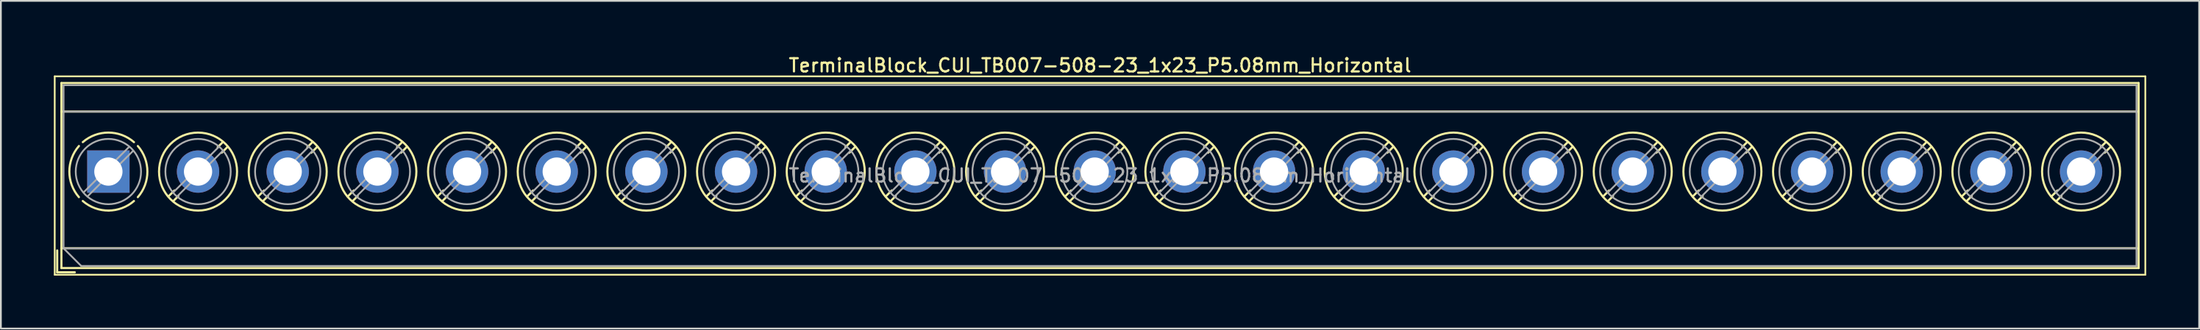
<source format=kicad_pcb>
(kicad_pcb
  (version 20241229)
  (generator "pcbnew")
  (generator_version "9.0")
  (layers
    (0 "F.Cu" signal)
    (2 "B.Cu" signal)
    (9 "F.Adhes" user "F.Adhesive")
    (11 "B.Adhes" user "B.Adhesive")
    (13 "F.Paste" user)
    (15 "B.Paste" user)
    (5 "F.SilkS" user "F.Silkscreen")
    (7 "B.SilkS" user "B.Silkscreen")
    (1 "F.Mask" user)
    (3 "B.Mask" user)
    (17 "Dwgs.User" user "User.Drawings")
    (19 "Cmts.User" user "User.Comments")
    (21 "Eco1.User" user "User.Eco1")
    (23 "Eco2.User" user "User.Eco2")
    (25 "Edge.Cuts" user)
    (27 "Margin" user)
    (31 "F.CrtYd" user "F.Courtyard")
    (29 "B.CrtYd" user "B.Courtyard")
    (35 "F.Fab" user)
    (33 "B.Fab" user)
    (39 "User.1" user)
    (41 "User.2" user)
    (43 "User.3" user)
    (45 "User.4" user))
  (footprint "TerminalBlock_CUI_TB007-508-23_1x23_P5.08mm_Horizontal"
    (layer "F.Cu")
    (at 3.09 6.678)
    (property "Reference" "TerminalBlock_CUI_TB007-508-23_1x23_P5.08mm_Horizontal" (at 56.18 -6.02 0) (layer "F.SilkS") (effects (font (size 0.75 0.75) (thickness 0.125))))
    (attr through_hole)
    (fp_line (start -3.04 -5.4) (end -3.04 5.85) (stroke (width 0.1) (type solid)) (layer "F.SilkS"))
    (fp_line (start -3.04 5.85) (end 115.4 5.85) (stroke (width 0.1) (type solid)) (layer "F.SilkS"))
    (fp_line (start -2.9 4.47) (end -2.9 5.71) (stroke (width 0.12) (type solid)) (layer "F.SilkS"))
    (fp_line (start -2.9 5.71) (end -1.9 5.71) (stroke (width 0.12) (type solid)) (layer "F.SilkS"))
    (fp_line (start -2.66 -5.02) (end -2.66 5.47) (stroke (width 0.12) (type solid)) (layer "F.SilkS"))
    (fp_line (start -2.66 -5.02) (end 115.02 -5.02) (stroke (width 0.12) (type solid)) (layer "F.SilkS"))
    (fp_line (start -2.66 -3.401) (end 115.02 -3.401) (stroke (width 0.12) (type solid)) (layer "F.SilkS"))
    (fp_line (start -2.66 4.35) (end 115.02 4.35) (stroke (width 0.12) (type solid)) (layer "F.SilkS"))
    (fp_line (start -2.66 5.47) (end 115.02 5.47) (stroke (width 0.12) (type solid)) (layer "F.SilkS"))
    (fp_line (start 3.743 1.068) (end 3.404 1.407) (stroke (width 0.12) (type solid)) (layer "F.SilkS"))
    (fp_line (start 3.967 1.384) (end 3.674 1.676) (stroke (width 0.12) (type solid)) (layer "F.SilkS"))
    (fp_line (start 6.487 -1.676) (end 6.194 -1.384) (stroke (width 0.12) (type solid)) (layer "F.SilkS"))
    (fp_line (start 6.757 -1.407) (end 6.418 -1.068) (stroke (width 0.12) (type solid)) (layer "F.SilkS"))
    (fp_line (start 8.823 1.068) (end 8.484 1.407) (stroke (width 0.12) (type solid)) (layer "F.SilkS"))
    (fp_line (start 9.047 1.384) (end 8.754 1.676) (stroke (width 0.12) (type solid)) (layer "F.SilkS"))
    (fp_line (start 11.567 -1.676) (end 11.274 -1.384) (stroke (width 0.12) (type solid)) (layer "F.SilkS"))
    (fp_line (start 11.837 -1.407) (end 11.498 -1.068) (stroke (width 0.12) (type solid)) (layer "F.SilkS"))
    (fp_line (start 13.903 1.068) (end 13.564 1.407) (stroke (width 0.12) (type solid)) (layer "F.SilkS"))
    (fp_line (start 14.127 1.384) (end 13.834 1.676) (stroke (width 0.12) (type solid)) (layer "F.SilkS"))
    (fp_line (start 16.647 -1.676) (end 16.354 -1.384) (stroke (width 0.12) (type solid)) (layer "F.SilkS"))
    (fp_line (start 16.917 -1.407) (end 16.578 -1.068) (stroke (width 0.12) (type solid)) (layer "F.SilkS"))
    (fp_line (start 18.983 1.068) (end 18.644 1.407) (stroke (width 0.12) (type solid)) (layer "F.SilkS"))
    (fp_line (start 19.207 1.384) (end 18.914 1.676) (stroke (width 0.12) (type solid)) (layer "F.SilkS"))
    (fp_line (start 21.727 -1.676) (end 21.434 -1.384) (stroke (width 0.12) (type solid)) (layer "F.SilkS"))
    (fp_line (start 21.997 -1.407) (end 21.658 -1.068) (stroke (width 0.12) (type solid)) (layer "F.SilkS"))
    (fp_line (start 24.063 1.068) (end 23.724 1.407) (stroke (width 0.12) (type solid)) (layer "F.SilkS"))
    (fp_line (start 24.287 1.384) (end 23.994 1.676) (stroke (width 0.12) (type solid)) (layer "F.SilkS"))
    (fp_line (start 26.807 -1.676) (end 26.514 -1.384) (stroke (width 0.12) (type solid)) (layer "F.SilkS"))
    (fp_line (start 27.077 -1.407) (end 26.738 -1.068) (stroke (width 0.12) (type solid)) (layer "F.SilkS"))
    (fp_line (start 29.143 1.068) (end 28.804 1.407) (stroke (width 0.12) (type solid)) (layer "F.SilkS"))
    (fp_line (start 29.367 1.384) (end 29.074 1.676) (stroke (width 0.12) (type solid)) (layer "F.SilkS"))
    (fp_line (start 31.887 -1.676) (end 31.594 -1.384) (stroke (width 0.12) (type solid)) (layer "F.SilkS"))
    (fp_line (start 32.157 -1.407) (end 31.818 -1.068) (stroke (width 0.12) (type solid)) (layer "F.SilkS"))
    (fp_line (start 34.223 1.068) (end 33.884 1.407) (stroke (width 0.12) (type solid)) (layer "F.SilkS"))
    (fp_line (start 34.447 1.384) (end 34.154 1.676) (stroke (width 0.12) (type solid)) (layer "F.SilkS"))
    (fp_line (start 36.967 -1.676) (end 36.674 -1.384) (stroke (width 0.12) (type solid)) (layer "F.SilkS"))
    (fp_line (start 37.237 -1.407) (end 36.898 -1.068) (stroke (width 0.12) (type solid)) (layer "F.SilkS"))
    (fp_line (start 39.303 1.068) (end 38.964 1.407) (stroke (width 0.12) (type solid)) (layer "F.SilkS"))
    (fp_line (start 39.527 1.384) (end 39.234 1.676) (stroke (width 0.12) (type solid)) (layer "F.SilkS"))
    (fp_line (start 42.047 -1.676) (end 41.754 -1.384) (stroke (width 0.12) (type solid)) (layer "F.SilkS"))
    (fp_line (start 42.317 -1.407) (end 41.978 -1.068) (stroke (width 0.12) (type solid)) (layer "F.SilkS"))
    (fp_line (start 44.383 1.068) (end 44.044 1.407) (stroke (width 0.12) (type solid)) (layer "F.SilkS"))
    (fp_line (start 44.607 1.384) (end 44.314 1.676) (stroke (width 0.12) (type solid)) (layer "F.SilkS"))
    (fp_line (start 47.127 -1.676) (end 46.834 -1.384) (stroke (width 0.12) (type solid)) (layer "F.SilkS"))
    (fp_line (start 47.397 -1.407) (end 47.058 -1.068) (stroke (width 0.12) (type solid)) (layer "F.SilkS"))
    (fp_line (start 49.463 1.068) (end 49.124 1.407) (stroke (width 0.12) (type solid)) (layer "F.SilkS"))
    (fp_line (start 49.687 1.384) (end 49.394 1.676) (stroke (width 0.12) (type solid)) (layer "F.SilkS"))
    (fp_line (start 52.207 -1.676) (end 51.914 -1.384) (stroke (width 0.12) (type solid)) (layer "F.SilkS"))
    (fp_line (start 52.477 -1.407) (end 52.138 -1.068) (stroke (width 0.12) (type solid)) (layer "F.SilkS"))
    (fp_line (start 54.543 1.068) (end 54.204 1.407) (stroke (width 0.12) (type solid)) (layer "F.SilkS"))
    (fp_line (start 54.767 1.384) (end 54.474 1.676) (stroke (width 0.12) (type solid)) (layer "F.SilkS"))
    (fp_line (start 57.287 -1.676) (end 56.994 -1.384) (stroke (width 0.12) (type solid)) (layer "F.SilkS"))
    (fp_line (start 57.557 -1.407) (end 57.218 -1.068) (stroke (width 0.12) (type solid)) (layer "F.SilkS"))
    (fp_line (start 59.623 1.068) (end 59.284 1.407) (stroke (width 0.12) (type solid)) (layer "F.SilkS"))
    (fp_line (start 59.847 1.384) (end 59.554 1.676) (stroke (width 0.12) (type solid)) (layer "F.SilkS"))
    (fp_line (start 62.367 -1.676) (end 62.074 -1.384) (stroke (width 0.12) (type solid)) (layer "F.SilkS"))
    (fp_line (start 62.637 -1.407) (end 62.298 -1.068) (stroke (width 0.12) (type solid)) (layer "F.SilkS"))
    (fp_line (start 64.703 1.068) (end 64.364 1.407) (stroke (width 0.12) (type solid)) (layer "F.SilkS"))
    (fp_line (start 64.927 1.384) (end 64.634 1.676) (stroke (width 0.12) (type solid)) (layer "F.SilkS"))
    (fp_line (start 67.447 -1.676) (end 67.154 -1.384) (stroke (width 0.12) (type solid)) (layer "F.SilkS"))
    (fp_line (start 67.717 -1.407) (end 67.378 -1.068) (stroke (width 0.12) (type solid)) (layer "F.SilkS"))
    (fp_line (start 69.783 1.068) (end 69.444 1.407) (stroke (width 0.12) (type solid)) (layer "F.SilkS"))
    (fp_line (start 70.007 1.384) (end 69.714 1.676) (stroke (width 0.12) (type solid)) (layer "F.SilkS"))
    (fp_line (start 72.527 -1.676) (end 72.234 -1.384) (stroke (width 0.12) (type solid)) (layer "F.SilkS"))
    (fp_line (start 72.797 -1.407) (end 72.458 -1.068) (stroke (width 0.12) (type solid)) (layer "F.SilkS"))
    (fp_line (start 74.863 1.068) (end 74.524 1.407) (stroke (width 0.12) (type solid)) (layer "F.SilkS"))
    (fp_line (start 75.087 1.384) (end 74.794 1.676) (stroke (width 0.12) (type solid)) (layer "F.SilkS"))
    (fp_line (start 77.607 -1.676) (end 77.314 -1.384) (stroke (width 0.12) (type solid)) (layer "F.SilkS"))
    (fp_line (start 77.877 -1.407) (end 77.538 -1.068) (stroke (width 0.12) (type solid)) (layer "F.SilkS"))
    (fp_line (start 79.943 1.068) (end 79.604 1.407) (stroke (width 0.12) (type solid)) (layer "F.SilkS"))
    (fp_line (start 80.167 1.384) (end 79.874 1.676) (stroke (width 0.12) (type solid)) (layer "F.SilkS"))
    (fp_line (start 82.687 -1.676) (end 82.394 -1.384) (stroke (width 0.12) (type solid)) (layer "F.SilkS"))
    (fp_line (start 82.957 -1.407) (end 82.618 -1.068) (stroke (width 0.12) (type solid)) (layer "F.SilkS"))
    (fp_line (start 85.023 1.068) (end 84.684 1.407) (stroke (width 0.12) (type solid)) (layer "F.SilkS"))
    (fp_line (start 85.247 1.384) (end 84.954 1.676) (stroke (width 0.12) (type solid)) (layer "F.SilkS"))
    (fp_line (start 87.767 -1.676) (end 87.474 -1.384) (stroke (width 0.12) (type solid)) (layer "F.SilkS"))
    (fp_line (start 88.037 -1.407) (end 87.698 -1.068) (stroke (width 0.12) (type solid)) (layer "F.SilkS"))
    (fp_line (start 90.103 1.068) (end 89.764 1.407) (stroke (width 0.12) (type solid)) (layer "F.SilkS"))
    (fp_line (start 90.327 1.384) (end 90.034 1.676) (stroke (width 0.12) (type solid)) (layer "F.SilkS"))
    (fp_line (start 92.847 -1.676) (end 92.554 -1.384) (stroke (width 0.12) (type solid)) (layer "F.SilkS"))
    (fp_line (start 93.117 -1.407) (end 92.778 -1.068) (stroke (width 0.12) (type solid)) (layer "F.SilkS"))
    (fp_line (start 95.183 1.068) (end 94.844 1.407) (stroke (width 0.12) (type solid)) (layer "F.SilkS"))
    (fp_line (start 95.407 1.384) (end 95.114 1.676) (stroke (width 0.12) (type solid)) (layer "F.SilkS"))
    (fp_line (start 97.927 -1.676) (end 97.634 -1.384) (stroke (width 0.12) (type solid)) (layer "F.SilkS"))
    (fp_line (start 98.197 -1.407) (end 97.858 -1.068) (stroke (width 0.12) (type solid)) (layer "F.SilkS"))
    (fp_line (start 100.263 1.068) (end 99.924 1.407) (stroke (width 0.12) (type solid)) (layer "F.SilkS"))
    (fp_line (start 100.487 1.384) (end 100.194 1.676) (stroke (width 0.12) (type solid)) (layer "F.SilkS"))
    (fp_line (start 103.007 -1.676) (end 102.714 -1.384) (stroke (width 0.12) (type solid)) (layer "F.SilkS"))
    (fp_line (start 103.277 -1.407) (end 102.938 -1.068) (stroke (width 0.12) (type solid)) (layer "F.SilkS"))
    (fp_line (start 105.343 1.068) (end 105.004 1.407) (stroke (width 0.12) (type solid)) (layer "F.SilkS"))
    (fp_line (start 105.567 1.384) (end 105.274 1.676) (stroke (width 0.12) (type solid)) (layer "F.SilkS"))
    (fp_line (start 108.087 -1.676) (end 107.794 -1.384) (stroke (width 0.12) (type solid)) (layer "F.SilkS"))
    (fp_line (start 108.357 -1.407) (end 108.018 -1.068) (stroke (width 0.12) (type solid)) (layer "F.SilkS"))
    (fp_line (start 110.423 1.068) (end 110.084 1.407) (stroke (width 0.12) (type solid)) (layer "F.SilkS"))
    (fp_line (start 110.647 1.384) (end 110.354 1.676) (stroke (width 0.12) (type solid)) (layer "F.SilkS"))
    (fp_line (start 113.167 -1.676) (end 112.874 -1.384) (stroke (width 0.12) (type solid)) (layer "F.SilkS"))
    (fp_line (start 113.437 -1.407) (end 113.098 -1.068) (stroke (width 0.12) (type solid)) (layer "F.SilkS"))
    (fp_line (start 115.02 -5.02) (end 115.02 5.47) (stroke (width 0.12) (type solid)) (layer "F.SilkS"))
    (fp_line (start 115.4 -5.4) (end -3.04 -5.4) (stroke (width 0.1) (type solid)) (layer "F.SilkS"))
    (fp_line (start 115.4 5.85) (end 115.4 -5.4) (stroke (width 0.1) (type solid)) (layer "F.SilkS"))
    (fp_arc (start -1.66902 1.449827) (mid -2.210797 -0.000777) (end -1.668 -1.451) (stroke (width 0.12) (type solid)) (layer "F.SilkS"))
    (fp_arc (start -1.449827 -1.66902) (mid 0.000777 -2.210797) (end 1.451 -1.668) (stroke (width 0.12) (type solid)) (layer "F.SilkS"))
    (fp_arc (start 0.037807 2.210474) (mid -0.756867 2.077204) (end -1.451 1.668) (stroke (width 0.12) (type solid)) (layer "F.SilkS"))
    (fp_arc (start 1.44989 1.667908) (mid 0.773958 2.070046) (end 0 2.21) (stroke (width 0.12) (type solid)) (layer "F.SilkS"))
    (fp_arc (start 1.668029 -1.449966) (mid 2.210141 0.000022) (end 1.668 1.45) (stroke (width 0.12) (type solid)) (layer "F.SilkS"))
    (fp_circle (center 5.08 0) (end 7.29 0) (stroke (width 0.12) (type solid)) (fill no) (layer "F.SilkS"))
    (fp_circle (center 10.16 0) (end 12.37 0) (stroke (width 0.12) (type solid)) (fill no) (layer "F.SilkS"))
    (fp_circle (center 15.24 0) (end 17.45 0) (stroke (width 0.12) (type solid)) (fill no) (layer "F.SilkS"))
    (fp_circle (center 20.32 0) (end 22.53 0) (stroke (width 0.12) (type solid)) (fill no) (layer "F.SilkS"))
    (fp_circle (center 25.4 0) (end 27.61 0) (stroke (width 0.12) (type solid)) (fill no) (layer "F.SilkS"))
    (fp_circle (center 30.48 0) (end 32.69 0) (stroke (width 0.12) (type solid)) (fill no) (layer "F.SilkS"))
    (fp_circle (center 35.56 0) (end 37.77 0) (stroke (width 0.12) (type solid)) (fill no) (layer "F.SilkS"))
    (fp_circle (center 40.64 0) (end 42.85 0) (stroke (width 0.12) (type solid)) (fill no) (layer "F.SilkS"))
    (fp_circle (center 45.72 0) (end 47.93 0) (stroke (width 0.12) (type solid)) (fill no) (layer "F.SilkS"))
    (fp_circle (center 50.8 0) (end 53.01 0) (stroke (width 0.12) (type solid)) (fill no) (layer "F.SilkS"))
    (fp_circle (center 55.88 0) (end 58.09 0) (stroke (width 0.12) (type solid)) (fill no) (layer "F.SilkS"))
    (fp_circle (center 60.96 0) (end 63.17 0) (stroke (width 0.12) (type solid)) (fill no) (layer "F.SilkS"))
    (fp_circle (center 66.04 0) (end 68.25 0) (stroke (width 0.12) (type solid)) (fill no) (layer "F.SilkS"))
    (fp_circle (center 71.12 0) (end 73.33 0) (stroke (width 0.12) (type solid)) (fill no) (layer "F.SilkS"))
    (fp_circle (center 76.2 0) (end 78.41 0) (stroke (width 0.12) (type solid)) (fill no) (layer "F.SilkS"))
    (fp_circle (center 81.28 0) (end 83.49 0) (stroke (width 0.12) (type solid)) (fill no) (layer "F.SilkS"))
    (fp_circle (center 86.36 0) (end 88.57 0) (stroke (width 0.12) (type solid)) (fill no) (layer "F.SilkS"))
    (fp_circle (center 91.44 0) (end 93.65 0) (stroke (width 0.12) (type solid)) (fill no) (layer "F.SilkS"))
    (fp_circle (center 96.52 0) (end 98.73 0) (stroke (width 0.12) (type solid)) (fill no) (layer "F.SilkS"))
    (fp_circle (center 101.6 0) (end 103.81 0) (stroke (width 0.12) (type solid)) (fill no) (layer "F.SilkS"))
    (fp_circle (center 106.68 0) (end 108.89 0) (stroke (width 0.12) (type solid)) (fill no) (layer "F.SilkS"))
    (fp_circle (center 111.76 0) (end 113.97 0) (stroke (width 0.12) (type solid)) (fill no) (layer "F.SilkS"))
    (fp_line (start -2.54 -4.9) (end 114.9 -4.9) (stroke (width 0.1) (type solid)) (layer "F.Fab"))
    (fp_line (start -2.54 -3.4) (end 114.9 -3.4) (stroke (width 0.1) (type solid)) (layer "F.Fab"))
    (fp_line (start -2.54 4.35) (end -2.54 -4.9) (stroke (width 0.1) (type solid)) (layer "F.Fab"))
    (fp_line (start -2.54 4.35) (end 114.9 4.35) (stroke (width 0.1) (type solid)) (layer "F.Fab"))
    (fp_line (start -1.54 5.35) (end -2.54 4.35) (stroke (width 0.1) (type solid)) (layer "F.Fab"))
    (fp_line (start 1.178 -1.403) (end -1.404 1.178) (stroke (width 0.1) (type solid)) (layer "F.Fab"))
    (fp_line (start 1.404 -1.178) (end -1.178 1.403) (stroke (width 0.1) (type solid)) (layer "F.Fab"))
    (fp_line (start 6.258 -1.403) (end 3.677 1.178) (stroke (width 0.1) (type solid)) (layer "F.Fab"))
    (fp_line (start 6.484 -1.178) (end 3.903 1.403) (stroke (width 0.1) (type solid)) (layer "F.Fab"))
    (fp_line (start 11.338 -1.403) (end 8.757 1.178) (stroke (width 0.1) (type solid)) (layer "F.Fab"))
    (fp_line (start 11.564 -1.178) (end 8.983 1.403) (stroke (width 0.1) (type solid)) (layer "F.Fab"))
    (fp_line (start 16.418 -1.403) (end 13.837 1.178) (stroke (width 0.1) (type solid)) (layer "F.Fab"))
    (fp_line (start 16.644 -1.178) (end 14.063 1.403) (stroke (width 0.1) (type solid)) (layer "F.Fab"))
    (fp_line (start 21.498 -1.403) (end 18.917 1.178) (stroke (width 0.1) (type solid)) (layer "F.Fab"))
    (fp_line (start 21.724 -1.178) (end 19.143 1.403) (stroke (width 0.1) (type solid)) (layer "F.Fab"))
    (fp_line (start 26.578 -1.403) (end 23.997 1.178) (stroke (width 0.1) (type solid)) (layer "F.Fab"))
    (fp_line (start 26.804 -1.178) (end 24.223 1.403) (stroke (width 0.1) (type solid)) (layer "F.Fab"))
    (fp_line (start 31.658 -1.403) (end 29.077 1.178) (stroke (width 0.1) (type solid)) (layer "F.Fab"))
    (fp_line (start 31.884 -1.178) (end 29.303 1.403) (stroke (width 0.1) (type solid)) (layer "F.Fab"))
    (fp_line (start 36.738 -1.403) (end 34.157 1.178) (stroke (width 0.1) (type solid)) (layer "F.Fab"))
    (fp_line (start 36.964 -1.178) (end 34.383 1.403) (stroke (width 0.1) (type solid)) (layer "F.Fab"))
    (fp_line (start 41.818 -1.403) (end 39.237 1.178) (stroke (width 0.1) (type solid)) (layer "F.Fab"))
    (fp_line (start 42.044 -1.178) (end 39.463 1.403) (stroke (width 0.1) (type solid)) (layer "F.Fab"))
    (fp_line (start 46.898 -1.403) (end 44.317 1.178) (stroke (width 0.1) (type solid)) (layer "F.Fab"))
    (fp_line (start 47.124 -1.178) (end 44.543 1.403) (stroke (width 0.1) (type solid)) (layer "F.Fab"))
    (fp_line (start 51.978 -1.403) (end 49.397 1.178) (stroke (width 0.1) (type solid)) (layer "F.Fab"))
    (fp_line (start 52.204 -1.178) (end 49.623 1.403) (stroke (width 0.1) (type solid)) (layer "F.Fab"))
    (fp_line (start 57.058 -1.403) (end 54.477 1.178) (stroke (width 0.1) (type solid)) (layer "F.Fab"))
    (fp_line (start 57.284 -1.178) (end 54.703 1.403) (stroke (width 0.1) (type solid)) (layer "F.Fab"))
    (fp_line (start 62.138 -1.403) (end 59.557 1.178) (stroke (width 0.1) (type solid)) (layer "F.Fab"))
    (fp_line (start 62.364 -1.178) (end 59.783 1.403) (stroke (width 0.1) (type solid)) (layer "F.Fab"))
    (fp_line (start 67.218 -1.403) (end 64.637 1.178) (stroke (width 0.1) (type solid)) (layer "F.Fab"))
    (fp_line (start 67.444 -1.178) (end 64.863 1.403) (stroke (width 0.1) (type solid)) (layer "F.Fab"))
    (fp_line (start 72.298 -1.403) (end 69.717 1.178) (stroke (width 0.1) (type solid)) (layer "F.Fab"))
    (fp_line (start 72.524 -1.178) (end 69.943 1.403) (stroke (width 0.1) (type solid)) (layer "F.Fab"))
    (fp_line (start 77.378 -1.403) (end 74.797 1.178) (stroke (width 0.1) (type solid)) (layer "F.Fab"))
    (fp_line (start 77.604 -1.178) (end 75.023 1.403) (stroke (width 0.1) (type solid)) (layer "F.Fab"))
    (fp_line (start 82.458 -1.403) (end 79.877 1.178) (stroke (width 0.1) (type solid)) (layer "F.Fab"))
    (fp_line (start 82.684 -1.178) (end 80.103 1.403) (stroke (width 0.1) (type solid)) (layer "F.Fab"))
    (fp_line (start 87.538 -1.403) (end 84.957 1.178) (stroke (width 0.1) (type solid)) (layer "F.Fab"))
    (fp_line (start 87.764 -1.178) (end 85.183 1.403) (stroke (width 0.1) (type solid)) (layer "F.Fab"))
    (fp_line (start 92.618 -1.403) (end 90.037 1.178) (stroke (width 0.1) (type solid)) (layer "F.Fab"))
    (fp_line (start 92.844 -1.178) (end 90.263 1.403) (stroke (width 0.1) (type solid)) (layer "F.Fab"))
    (fp_line (start 97.698 -1.403) (end 95.117 1.178) (stroke (width 0.1) (type solid)) (layer "F.Fab"))
    (fp_line (start 97.924 -1.178) (end 95.343 1.403) (stroke (width 0.1) (type solid)) (layer "F.Fab"))
    (fp_line (start 102.778 -1.403) (end 100.197 1.178) (stroke (width 0.1) (type solid)) (layer "F.Fab"))
    (fp_line (start 103.004 -1.178) (end 100.423 1.403) (stroke (width 0.1) (type solid)) (layer "F.Fab"))
    (fp_line (start 107.858 -1.403) (end 105.277 1.178) (stroke (width 0.1) (type solid)) (layer "F.Fab"))
    (fp_line (start 108.084 -1.178) (end 105.503 1.403) (stroke (width 0.1) (type solid)) (layer "F.Fab"))
    (fp_line (start 112.938 -1.403) (end 110.357 1.178) (stroke (width 0.1) (type solid)) (layer "F.Fab"))
    (fp_line (start 113.164 -1.178) (end 110.583 1.403) (stroke (width 0.1) (type solid)) (layer "F.Fab"))
    (fp_line (start 114.9 -4.9) (end 114.9 5.35) (stroke (width 0.1) (type solid)) (layer "F.Fab"))
    (fp_line (start 114.9 5.35) (end -1.54 5.35) (stroke (width 0.1) (type solid)) (layer "F.Fab"))
    (fp_circle (center 0 0) (end 1.85 0) (stroke (width 0.1) (type solid)) (fill no) (layer "F.Fab"))
    (fp_circle (center 5.08 0) (end 6.93 0) (stroke (width 0.1) (type solid)) (fill no) (layer "F.Fab"))
    (fp_circle (center 10.16 0) (end 12.01 0) (stroke (width 0.1) (type solid)) (fill no) (layer "F.Fab"))
    (fp_circle (center 15.24 0) (end 17.09 0) (stroke (width 0.1) (type solid)) (fill no) (layer "F.Fab"))
    (fp_circle (center 20.32 0) (end 22.17 0) (stroke (width 0.1) (type solid)) (fill no) (layer "F.Fab"))
    (fp_circle (center 25.4 0) (end 27.25 0) (stroke (width 0.1) (type solid)) (fill no) (layer "F.Fab"))
    (fp_circle (center 30.48 0) (end 32.33 0) (stroke (width 0.1) (type solid)) (fill no) (layer "F.Fab"))
    (fp_circle (center 35.56 0) (end 37.41 0) (stroke (width 0.1) (type solid)) (fill no) (layer "F.Fab"))
    (fp_circle (center 40.64 0) (end 42.49 0) (stroke (width 0.1) (type solid)) (fill no) (layer "F.Fab"))
    (fp_circle (center 45.72 0) (end 47.57 0) (stroke (width 0.1) (type solid)) (fill no) (layer "F.Fab"))
    (fp_circle (center 50.8 0) (end 52.65 0) (stroke (width 0.1) (type solid)) (fill no) (layer "F.Fab"))
    (fp_circle (center 55.88 0) (end 57.73 0) (stroke (width 0.1) (type solid)) (fill no) (layer "F.Fab"))
    (fp_circle (center 60.96 0) (end 62.81 0) (stroke (width 0.1) (type solid)) (fill no) (layer "F.Fab"))
    (fp_circle (center 66.04 0) (end 67.89 0) (stroke (width 0.1) (type solid)) (fill no) (layer "F.Fab"))
    (fp_circle (center 71.12 0) (end 72.97 0) (stroke (width 0.1) (type solid)) (fill no) (layer "F.Fab"))
    (fp_circle (center 76.2 0) (end 78.05 0) (stroke (width 0.1) (type solid)) (fill no) (layer "F.Fab"))
    (fp_circle (center 81.28 0) (end 83.13 0) (stroke (width 0.1) (type solid)) (fill no) (layer "F.Fab"))
    (fp_circle (center 86.36 0) (end 88.21 0) (stroke (width 0.1) (type solid)) (fill no) (layer "F.Fab"))
    (fp_circle (center 91.44 0) (end 93.29 0) (stroke (width 0.1) (type solid)) (fill no) (layer "F.Fab"))
    (fp_circle (center 96.52 0) (end 98.37 0) (stroke (width 0.1) (type solid)) (fill no) (layer "F.Fab"))
    (fp_circle (center 101.6 0) (end 103.45 0) (stroke (width 0.1) (type solid)) (fill no) (layer "F.Fab"))
    (fp_circle (center 106.68 0) (end 108.53 0) (stroke (width 0.1) (type solid)) (fill no) (layer "F.Fab"))
    (fp_circle (center 111.76 0) (end 113.61 0) (stroke (width 0.1) (type solid)) (fill no) (layer "F.Fab"))
    (fp_text user "${REFERENCE}" (at 56.18 0.225 0) (layer "F.Fab") (effects (font (size 0.75 0.75) (thickness 0.125))))
    (pad "1" thru_hole rect (at 0 0) (size 2.4 2.4) (drill 1.6) (layers "*.Cu" "*.Mask"))
    (pad "2" thru_hole circle (at 5.08 0) (size 2.4 2.4) (drill 1.6) (layers "*.Cu" "*.Mask"))
    (pad "3" thru_hole circle (at 10.16 0) (size 2.4 2.4) (drill 1.6) (layers "*.Cu" "*.Mask"))
    (pad "4" thru_hole circle (at 15.24 0) (size 2.4 2.4) (drill 1.6) (layers "*.Cu" "*.Mask"))
    (pad "5" thru_hole circle (at 20.32 0) (size 2.4 2.4) (drill 1.6) (layers "*.Cu" "*.Mask"))
    (pad "6" thru_hole circle (at 25.4 0) (size 2.4 2.4) (drill 1.6) (layers "*.Cu" "*.Mask"))
    (pad "7" thru_hole circle (at 30.48 0) (size 2.4 2.4) (drill 1.6) (layers "*.Cu" "*.Mask"))
    (pad "8" thru_hole circle (at 35.56 0) (size 2.4 2.4) (drill 1.6) (layers "*.Cu" "*.Mask"))
    (pad "9" thru_hole circle (at 40.64 0) (size 2.4 2.4) (drill 1.6) (layers "*.Cu" "*.Mask"))
    (pad "10" thru_hole circle (at 45.72 0) (size 2.4 2.4) (drill 1.6) (layers "*.Cu" "*.Mask"))
    (pad "11" thru_hole circle (at 50.8 0) (size 2.4 2.4) (drill 1.6) (layers "*.Cu" "*.Mask"))
    (pad "12" thru_hole circle (at 55.88 0) (size 2.4 2.4) (drill 1.6) (layers "*.Cu" "*.Mask"))
    (pad "13" thru_hole circle (at 60.96 0) (size 2.4 2.4) (drill 1.6) (layers "*.Cu" "*.Mask"))
    (pad "14" thru_hole circle (at 66.04 0) (size 2.4 2.4) (drill 1.6) (layers "*.Cu" "*.Mask"))
    (pad "15" thru_hole circle (at 71.12 0) (size 2.4 2.4) (drill 1.6) (layers "*.Cu" "*.Mask"))
    (pad "16" thru_hole circle (at 76.2 0) (size 2.4 2.4) (drill 1.6) (layers "*.Cu" "*.Mask"))
    (pad "17" thru_hole circle (at 81.28 0) (size 2.4 2.4) (drill 1.6) (layers "*.Cu" "*.Mask"))
    (pad "18" thru_hole circle (at 86.36 0) (size 2.4 2.4) (drill 1.6) (layers "*.Cu" "*.Mask"))
    (pad "19" thru_hole circle (at 91.44 0) (size 2.4 2.4) (drill 1.6) (layers "*.Cu" "*.Mask"))
    (pad "20" thru_hole circle (at 96.52 0) (size 2.4 2.4) (drill 1.6) (layers "*.Cu" "*.Mask"))
    (pad "21" thru_hole circle (at 101.6 0) (size 2.4 2.4) (drill 1.6) (layers "*.Cu" "*.Mask"))
    (pad "22" thru_hole circle (at 106.68 0) (size 2.4 2.4) (drill 1.6) (layers "*.Cu" "*.Mask"))
    (pad "23" thru_hole circle (at 111.76 0) (size 2.4 2.4) (drill 1.6) (layers "*.Cu" "*.Mask")))
  (gr_rect
    (start -3 -3)
    (end 121.54 15.578)
    (stroke (width 0.1) (type default))
    (fill no)
    (layer "Edge.Cuts")))
</source>
